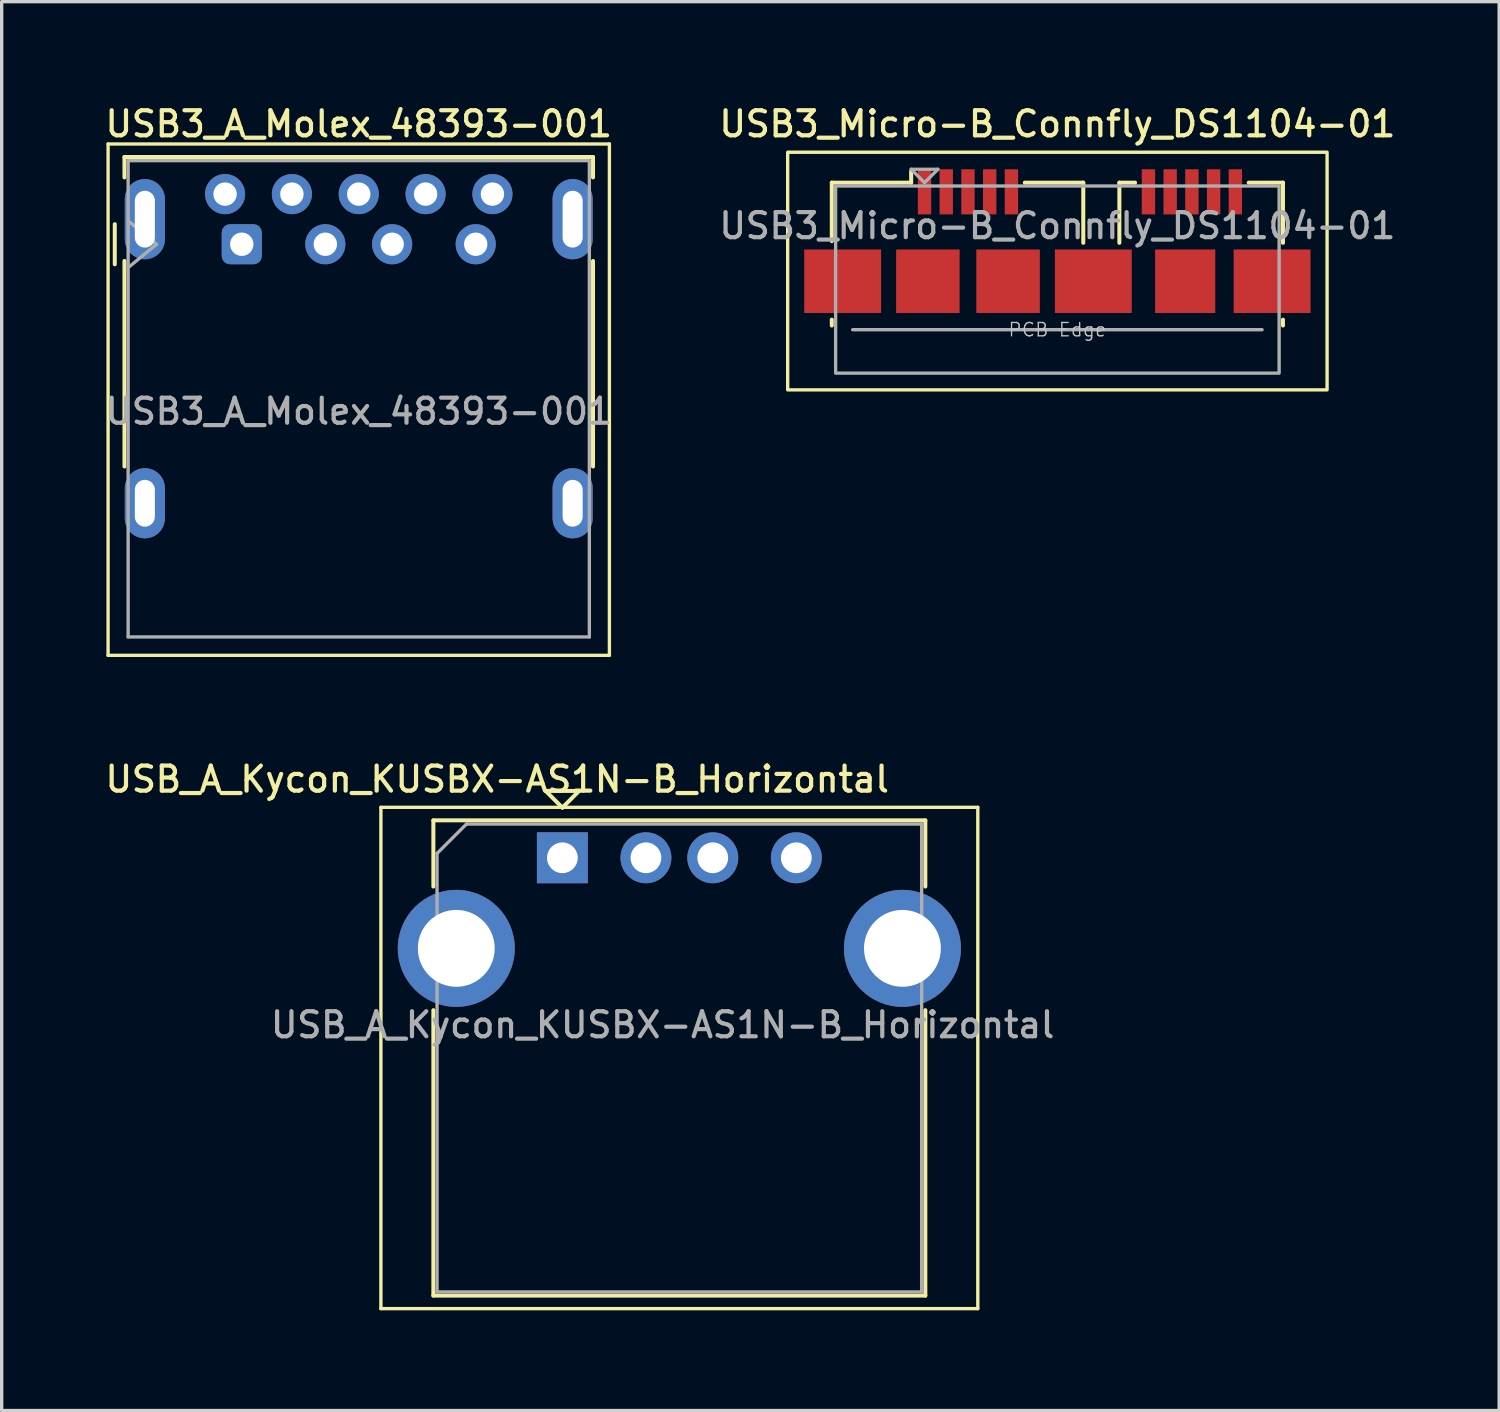
<source format=kicad_pcb>
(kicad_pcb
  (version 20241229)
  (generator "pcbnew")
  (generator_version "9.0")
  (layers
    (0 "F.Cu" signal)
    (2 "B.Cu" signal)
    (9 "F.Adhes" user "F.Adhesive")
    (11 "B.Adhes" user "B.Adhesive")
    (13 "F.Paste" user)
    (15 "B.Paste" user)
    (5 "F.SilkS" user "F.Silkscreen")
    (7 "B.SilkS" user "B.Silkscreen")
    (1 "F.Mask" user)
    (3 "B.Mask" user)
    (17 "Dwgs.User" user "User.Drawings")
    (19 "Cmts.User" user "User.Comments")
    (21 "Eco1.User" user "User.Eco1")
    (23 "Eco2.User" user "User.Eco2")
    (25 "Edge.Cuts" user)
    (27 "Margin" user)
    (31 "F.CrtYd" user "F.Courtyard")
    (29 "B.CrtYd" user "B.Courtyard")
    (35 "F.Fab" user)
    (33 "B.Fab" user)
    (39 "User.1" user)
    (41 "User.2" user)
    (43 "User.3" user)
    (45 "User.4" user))
  (footprint "USB3_A_Molex_48393-001"
    (layer "F.Cu")
    (at 4.184 4.258)
    (property "Reference" "USB3_A_Molex_48393-001" (at 3.5 -3.6 0) (layer "F.SilkS") (effects (font (size 0.75 0.75) (thickness 0.125))))
    (attr through_hole)
    (fp_line (start -4 -3) (end 11 -3) (stroke (width 0.1) (type solid)) (layer "F.SilkS"))
    (fp_line (start -4 12.3) (end -4 -3) (stroke (width 0.1) (type solid)) (layer "F.SilkS"))
    (fp_line (start -3.8 -0.6) (end -3.8 0.6) (stroke (width 0.12) (type default)) (layer "F.SilkS"))
    (fp_line (start -3.51 -2.61) (end -3.51 -2) (stroke (width 0.12) (type solid)) (layer "F.SilkS"))
    (fp_line (start -3.51 -2.61) (end 10.51 -2.61) (stroke (width 0.12) (type solid)) (layer "F.SilkS"))
    (fp_line (start -3.51 6.65) (end -3.51 0.5) (stroke (width 0.12) (type solid)) (layer "F.SilkS"))
    (fp_line (start 10.51 -2.61) (end 10.51 -2) (stroke (width 0.12) (type solid)) (layer "F.SilkS"))
    (fp_line (start 10.51 6.65) (end 10.51 0.5) (stroke (width 0.12) (type solid)) (layer "F.SilkS"))
    (fp_line (start 11 -3) (end 11 12.3) (stroke (width 0.1) (type solid)) (layer "F.SilkS"))
    (fp_line (start 11 12.3) (end -4 12.3) (stroke (width 0.1) (type solid)) (layer "F.SilkS"))
    (fp_line (start -3.4 -2.5) (end 10.4 -2.5) (stroke (width 0.1) (type solid)) (layer "F.Fab"))
    (fp_line (start -3.4 -0.7) (end -2.55 0) (stroke (width 0.1) (type default)) (layer "F.Fab"))
    (fp_line (start -3.4 0.7) (end -2.55 0) (stroke (width 0.1) (type default)) (layer "F.Fab"))
    (fp_line (start -3.4 11.75) (end -3.4 -2.5) (stroke (width 0.1) (type solid)) (layer "F.Fab"))
    (fp_line (start 10.4 -2.5) (end 10.4 11.75) (stroke (width 0.1) (type solid)) (layer "F.Fab"))
    (fp_line (start 10.4 11.75) (end -3.4 11.75) (stroke (width 0.1) (type solid)) (layer "F.Fab"))
    (fp_text user "${REFERENCE}" (at 3.5 5 0) (layer "F.Fab") (effects (font (size 0.75 0.75) (thickness 0.125))))
    (pad "1" thru_hole roundrect (at 0 0) (size 1.2 1.2) (drill 0.7) (layers "*.Cu" "*.Mask") (roundrect_rratio 0.208))
    (pad "2" thru_hole circle (at 2.5 0) (size 1.2 1.2) (drill 0.7) (layers "*.Cu" "*.Mask"))
    (pad "3" thru_hole circle (at 4.5 0) (size 1.2 1.2) (drill 0.7) (layers "*.Cu" "*.Mask"))
    (pad "4" thru_hole circle (at 7 0) (size 1.2 1.2) (drill 0.7) (layers "*.Cu" "*.Mask"))
    (pad "5" thru_hole circle (at 7.5 -1.5) (size 1.2 1.2) (drill 0.7) (layers "*.Cu" "*.Mask"))
    (pad "6" thru_hole circle (at 5.5 -1.5) (size 1.2 1.2) (drill 0.7) (layers "*.Cu" "*.Mask"))
    (pad "7" thru_hole circle (at 3.5 -1.5) (size 1.2 1.2) (drill 0.7) (layers "*.Cu" "*.Mask"))
    (pad "8" thru_hole circle (at 1.5 -1.5) (size 1.2 1.2) (drill 0.7) (layers "*.Cu" "*.Mask"))
    (pad "9" thru_hole circle (at -0.5 -1.5) (size 1.2 1.2) (drill 0.7) (layers "*.Cu" "*.Mask"))
    (pad "10" thru_hole oval (at -2.9 -0.75) (size 1.2 2.4) (drill oval 0.6 1.7) (layers "*.Cu" "*.Mask"))
    (pad "10" thru_hole oval (at -2.9 7.75) (size 1.2 2.1) (drill oval 0.6 1.4) (layers "*.Cu" "*.Mask"))
    (pad "10" thru_hole oval (at 9.9 -0.75) (size 1.2 2.4) (drill oval 0.6 1.7) (layers "*.Cu" "*.Mask"))
    (pad "10" thru_hole oval (at 9.9 7.75) (size 1.2 2.1) (drill oval 0.6 1.4) (layers "*.Cu" "*.Mask")))
  (footprint "USB_A_Kycon_KUSBX-AS1N-B_Horizontal"
    (layer "F.Cu")
    (at 13.777 22.616)
    (property "Reference" "USB_A_Kycon_KUSBX-AS1N-B_Horizontal" (at -1.95 -2.35 0) (layer "F.SilkS") (effects (font (size 0.75 0.75) (thickness 0.125))))
    (attr through_hole)
    (fp_line (start -5.43 -1.51) (end -5.43 13.49) (stroke (width 0.1) (type solid)) (layer "F.SilkS"))
    (fp_line (start -5.43 -1.51) (end 12.43 -1.51) (stroke (width 0.1) (type solid)) (layer "F.SilkS"))
    (fp_line (start -3.86 -1.12) (end -3.86 0.86) (stroke (width 0.12) (type solid)) (layer "F.SilkS"))
    (fp_line (start -3.86 -1.12) (end 10.86 -1.12) (stroke (width 0.12) (type solid)) (layer "F.SilkS"))
    (fp_line (start -3.86 4.56) (end -3.86 13.1) (stroke (width 0.12) (type solid)) (layer "F.SilkS"))
    (fp_line (start -3.86 13.1) (end 10.86 13.1) (stroke (width 0.12) (type solid)) (layer "F.SilkS"))
    (fp_line (start -0.5 -2) (end 0 -1.5) (stroke (width 0.12) (type solid)) (layer "F.SilkS"))
    (fp_line (start 0 -1.5) (end 0.5 -2) (stroke (width 0.12) (type solid)) (layer "F.SilkS"))
    (fp_line (start 0.5 -2) (end -0.5 -2) (stroke (width 0.12) (type solid)) (layer "F.SilkS"))
    (fp_line (start 10.86 0.86) (end 10.86 -1.12) (stroke (width 0.12) (type solid)) (layer "F.SilkS"))
    (fp_line (start 10.86 4.56) (end 10.86 13.1) (stroke (width 0.12) (type solid)) (layer "F.SilkS"))
    (fp_line (start 12.43 -1.51) (end 12.43 13.49) (stroke (width 0.1) (type solid)) (layer "F.SilkS"))
    (fp_line (start 12.43 13.49) (end -5.43 13.49) (stroke (width 0.1) (type solid)) (layer "F.SilkS"))
    (fp_line (start -3.75 -0.13) (end -3.75 12.99) (stroke (width 0.1) (type solid)) (layer "F.Fab"))
    (fp_line (start -3.75 12.99) (end 10.75 12.99) (stroke (width 0.1) (type solid)) (layer "F.Fab"))
    (fp_line (start -2.87 -1.01) (end -3.75 -0.13) (stroke (width 0.1) (type solid)) (layer "F.Fab"))
    (fp_line (start -2.87 -1.01) (end 10.75 -1.01) (stroke (width 0.1) (type solid)) (layer "F.Fab"))
    (fp_line (start 10.75 -1.01) (end 10.75 12.99) (stroke (width 0.1) (type solid)) (layer "F.Fab"))
    (fp_text user "${REFERENCE}" (at 3 5 0) (layer "F.Fab") (effects (font (size 0.75 0.75) (thickness 0.125))))
    (pad "1" thru_hole rect (at 0 0) (size 1.524 1.524) (drill 0.92) (layers "*.Cu" "*.Mask"))
    (pad "2" thru_hole circle (at 2.5 0) (size 1.524 1.524) (drill 0.92) (layers "*.Cu" "*.Mask"))
    (pad "3" thru_hole circle (at 4.5 0) (size 1.524 1.524) (drill 0.92) (layers "*.Cu" "*.Mask"))
    (pad "4" thru_hole circle (at 7 0) (size 1.524 1.524) (drill 0.92) (layers "*.Cu" "*.Mask"))
    (pad "5" thru_hole circle (at -3.175 2.71) (size 3.5 3.5) (drill 2.3) (layers "*.Cu" "*.Mask"))
    (pad "5" thru_hole circle (at 10.175 2.71) (size 3.5 3.5) (drill 2.3) (layers "*.Cu" "*.Mask")))
  (footprint "USB3_Micro-B_Connfly_DS1104-01"
    (layer "F.Cu")
    (at 28.588 4.165)
    (property "Reference" "USB3_Micro-B_Connfly_DS1104-01" (at 0 -3.507 0) (unlocked yes) (layer "F.SilkS") (effects (font (size 0.75 0.75) (thickness 0.125))))
    (attr smd)
    (fp_line (start -6.75 -1.75) (end -6.75 0) (stroke (width 0.12) (type solid)) (layer "F.SilkS"))
    (fp_line (start -6.75 2.35) (end -6.75 2.525) (stroke (width 0.12) (type solid)) (layer "F.SilkS"))
    (fp_line (start -4.375 -2.1) (end -4.375 -1.75) (stroke (width 0.12) (type solid)) (layer "F.SilkS"))
    (fp_line (start -4.375 -1.75) (end -6.75 -1.75) (stroke (width 0.12) (type solid)) (layer "F.SilkS"))
    (fp_line (start 0.775 -1.75) (end -0.975 -1.75) (stroke (width 0.12) (type solid)) (layer "F.SilkS"))
    (fp_line (start 0.775 -1.75) (end 0.775 0.05) (stroke (width 0.12) (type solid)) (layer "F.SilkS"))
    (fp_line (start 1.855 -1.75) (end 1.855 0.05) (stroke (width 0.12) (type solid)) (layer "F.SilkS"))
    (fp_line (start 2.325 -1.75) (end 1.855 -1.75) (stroke (width 0.12) (type solid)) (layer "F.SilkS"))
    (fp_line (start 5.725 -1.75) (end 6.75 -1.75) (stroke (width 0.12) (type solid)) (layer "F.SilkS"))
    (fp_line (start 6.75 -1.75) (end 6.75 0.05) (stroke (width 0.12) (type solid)) (layer "F.SilkS"))
    (fp_line (start 6.75 2.35) (end 6.75 2.525) (stroke (width 0.12) (type solid)) (layer "F.SilkS"))
    (fp_rect (start -8.07 -2.66) (end 8.07 4.45) (stroke (width 0.1) (type solid)) (fill no) (layer "F.SilkS"))
    (fp_line (start -6.125 2.65) (end 6.125 2.65) (stroke (width 0.1) (type solid)) (layer "F.Fab"))
    (fp_line (start -4.375 -2.15) (end -3.975 -1.75) (stroke (width 0.1) (type solid)) (layer "F.Fab"))
    (fp_line (start -3.975 -1.75) (end -3.575 -2.15) (stroke (width 0.1) (type solid)) (layer "F.Fab"))
    (fp_line (start -3.575 -2.15) (end -4.375 -2.15) (stroke (width 0.1) (type solid)) (layer "F.Fab"))
    (fp_rect (start -6.635 -1.65) (end 6.635 3.95) (stroke (width 0.1) (type solid)) (fill no) (layer "F.Fab"))
    (fp_text user "PCB Edge" (at 0 2.65 0) (unlocked yes) (layer "Dwgs.User") (effects (font (size 0.4 0.4) (thickness 0.04))))
    (fp_text user "${REFERENCE}" (at 0 -0.459 0) (unlocked yes) (layer "F.Fab") (effects (font (size 0.75 0.75) (thickness 0.125))))
    (pad "1" smd rect (at -3.975 -1.475) (size 0.4 1.35) (layers "F.Cu" "F.Mask" "F.Paste"))
    (pad "2" smd rect (at -3.325 -1.475) (size 0.4 1.35) (layers "F.Cu" "F.Mask" "F.Paste"))
    (pad "3" smd rect (at -2.675 -1.475) (size 0.4 1.35) (layers "F.Cu" "F.Mask" "F.Paste"))
    (pad "4" smd rect (at -2.025 -1.475) (size 0.4 1.35) (layers "F.Cu" "F.Mask" "F.Paste"))
    (pad "5" smd rect (at -1.375 -1.475) (size 0.4 1.35) (layers "F.Cu" "F.Mask" "F.Paste"))
    (pad "6" smd rect (at 2.725 -1.475) (size 0.4 1.35) (layers "F.Cu" "F.Mask" "F.Paste"))
    (pad "7" smd rect (at 3.375 -1.475) (size 0.4 1.35) (layers "F.Cu" "F.Mask" "F.Paste"))
    (pad "8" smd rect (at 4.025 -1.475) (size 0.4 1.35) (layers "F.Cu" "F.Mask" "F.Paste"))
    (pad "9" smd rect (at 4.675 -1.475) (size 0.4 1.35) (layers "F.Cu" "F.Mask" "F.Paste"))
    (pad "10" smd rect (at 5.325 -1.475) (size 0.4 1.35) (layers "F.Cu" "F.Mask" "F.Paste"))
    (pad "11" smd rect (at -6.425 1.2) (size 2.3 1.9) (layers "F.Cu" "F.Mask" "F.Paste"))
    (pad "11" smd rect (at -3.875 1.2) (size 1.9 1.9) (layers "F.Cu" "F.Mask" "F.Paste"))
    (pad "11" smd rect (at -1.475 1.2) (size 1.9 1.9) (layers "F.Cu" "F.Mask" "F.Paste"))
    (pad "11" smd rect (at 1.075 1.2) (size 2.3 1.9) (layers "F.Cu" "F.Mask" "F.Paste"))
    (pad "11" smd rect (at 3.825 1.2) (size 1.8 1.9) (layers "F.Cu" "F.Mask" "F.Paste"))
    (pad "11" smd rect (at 6.425 1.2) (size 2.3 1.9) (layers "F.Cu" "F.Mask" "F.Paste")))
  (gr_rect
    (start -3 -3)
    (end 41.807 39.156)
    (stroke (width 0.1) (type default))
    (fill no)
    (layer "Edge.Cuts")))
</source>
